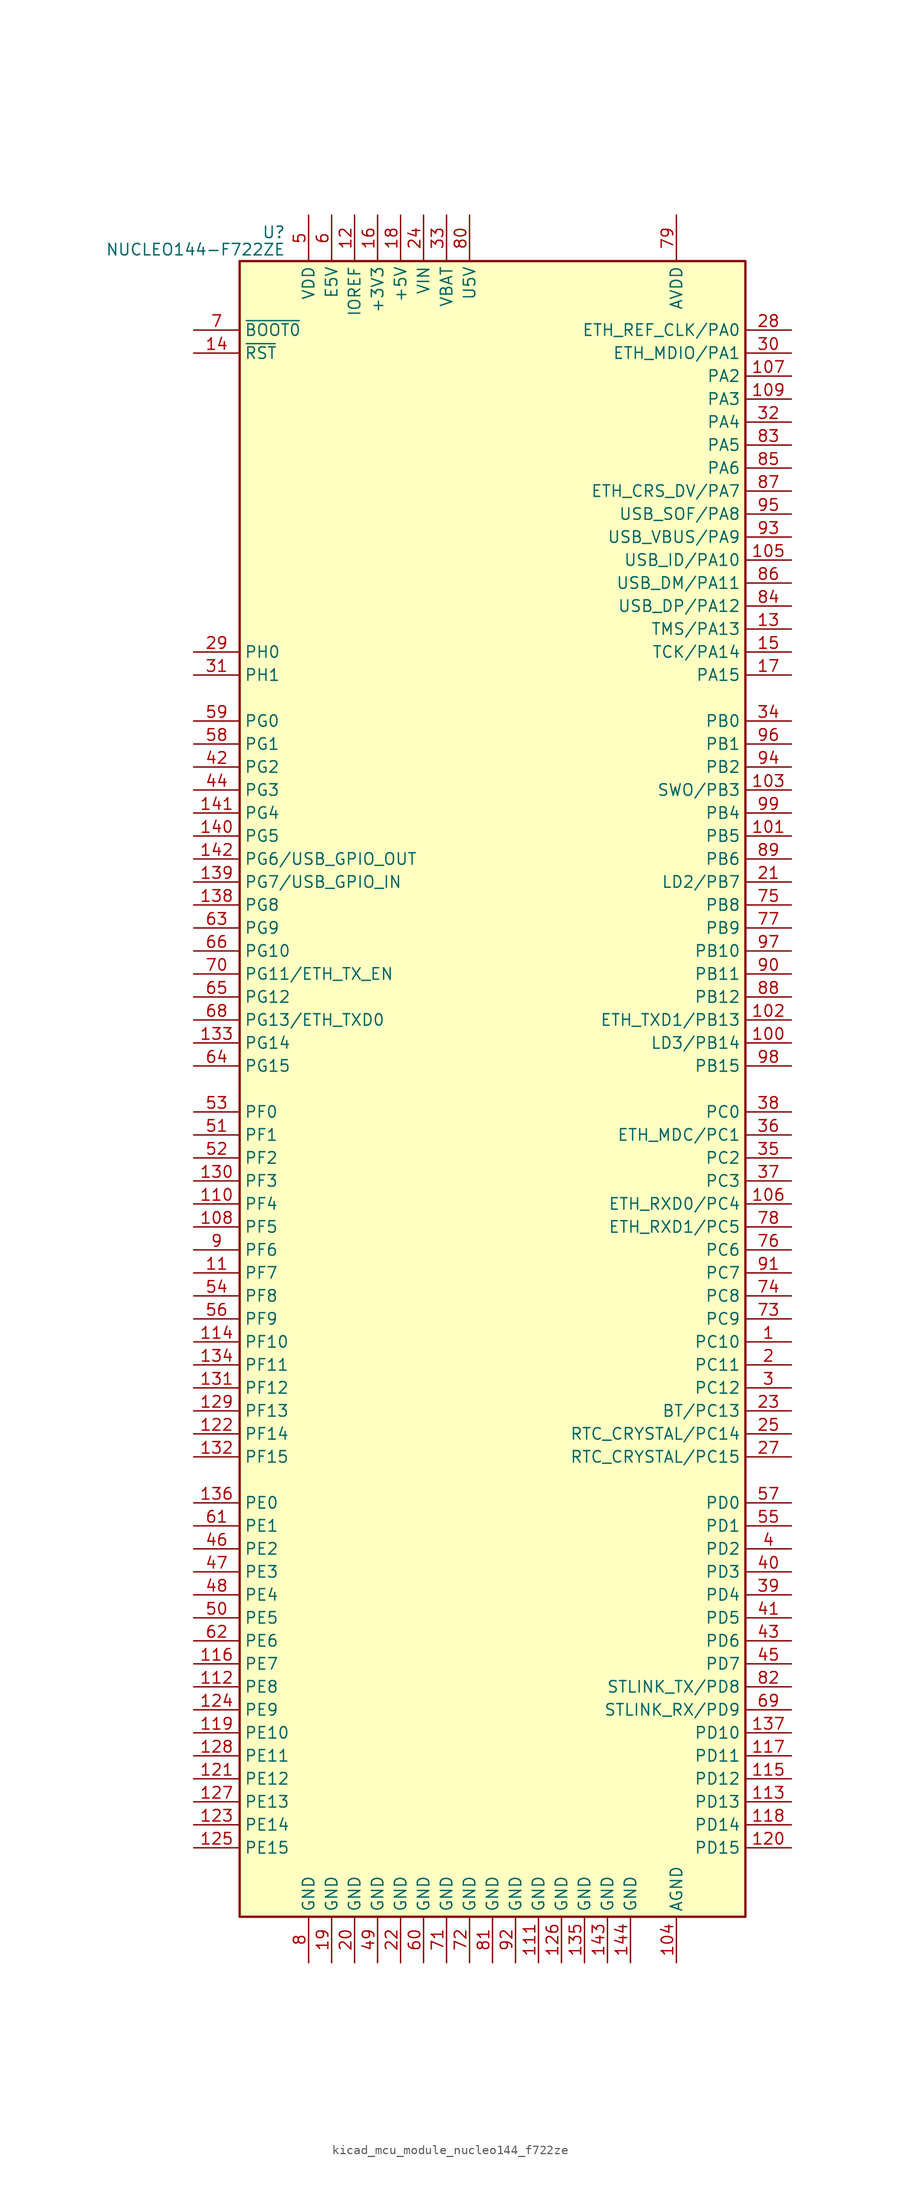
<source format=kicad_sym>
(kicad_symbol_lib
  (version 20220914)
  (generator kicad_symbol_editor)
  (symbol "kicad_mcu_module_nucleo144_f722ze"
    (property "Reference" "U"
      (at -22.86 94.615 0)
      (effects (font (size 1.27 1.27)) (justify right)))
    (property "Value" "NUCLEO144-F722ZE"
      (at -22.86 92.71 0)
      (effects (font (size 1.27 1.27)) (justify right)))
    (symbol "kicad_mcu_module_nucleo144_f722ze_0_1"
      (rectangle (start -27.94 -91.44) (end 27.94 91.44) (stroke (width 0.254) (type default)) (fill (type background))))
    (symbol "kicad_mcu_module_nucleo144_f722ze_1_1"
      (pin bidirectional line (at 33.02 -27.94 180) (length 5.08) (name "PC10" (effects (font (size 1.27 1.27)))) (number "1" (effects (font (size 1.27 1.27)))))
      (pin no_connect line (at -27.94 55.88 0) (length 5.08) hide (name "NC" (effects (font (size 1.27 1.27)))) (number "10" (effects (font (size 1.27 1.27)))))
      (pin bidirectional line (at 33.02 5.08 180) (length 5.08) (name "LD3/PB14" (effects (font (size 1.27 1.27)))) (number "100" (effects (font (size 1.27 1.27)))))
      (pin bidirectional line (at 33.02 27.94 180) (length 5.08) (name "PB5" (effects (font (size 1.27 1.27)))) (number "101" (effects (font (size 1.27 1.27)))))
      (pin bidirectional line (at 33.02 7.62 180) (length 5.08) (name "ETH_TXD1/PB13" (effects (font (size 1.27 1.27)))) (number "102" (effects (font (size 1.27 1.27)))))
      (pin bidirectional line (at 33.02 33.02 180) (length 5.08) (name "SWO/PB3" (effects (font (size 1.27 1.27)))) (number "103" (effects (font (size 1.27 1.27)))))
      (pin power_in line (at 20.32 -96.52 90) (length 5.08) (name "AGND" (effects (font (size 1.27 1.27)))) (number "104" (effects (font (size 1.27 1.27)))))
      (pin bidirectional line (at 33.02 58.42 180) (length 5.08) (name "USB_ID/PA10" (effects (font (size 1.27 1.27)))) (number "105" (effects (font (size 1.27 1.27)))))
      (pin bidirectional line (at 33.02 -12.7 180) (length 5.08) (name "ETH_RXD0/PC4" (effects (font (size 1.27 1.27)))) (number "106" (effects (font (size 1.27 1.27)))))
      (pin bidirectional line (at 33.02 78.74 180) (length 5.08) (name "PA2" (effects (font (size 1.27 1.27)))) (number "107" (effects (font (size 1.27 1.27)))))
      (pin bidirectional line (at -33.02 -15.24 0) (length 5.08) (name "PF5" (effects (font (size 1.27 1.27)))) (number "108" (effects (font (size 1.27 1.27)))))
      (pin bidirectional line (at 33.02 76.2 180) (length 5.08) (name "PA3" (effects (font (size 1.27 1.27)))) (number "109" (effects (font (size 1.27 1.27)))))
      (pin bidirectional line (at -33.02 -20.32 0) (length 5.08) (name "PF7" (effects (font (size 1.27 1.27)))) (number "11" (effects (font (size 1.27 1.27)))))
      (pin bidirectional line (at -33.02 -12.7 0) (length 5.08) (name "PF4" (effects (font (size 1.27 1.27)))) (number "110" (effects (font (size 1.27 1.27)))))
      (pin power_in line (at 5.08 -96.52 90) (length 5.08) (name "GND" (effects (font (size 1.27 1.27)))) (number "111" (effects (font (size 1.27 1.27)))))
      (pin bidirectional line (at -33.02 -66.04 0) (length 5.08) (name "PE8" (effects (font (size 1.27 1.27)))) (number "112" (effects (font (size 1.27 1.27)))))
      (pin bidirectional line (at 33.02 -78.74 180) (length 5.08) (name "PD13" (effects (font (size 1.27 1.27)))) (number "113" (effects (font (size 1.27 1.27)))))
      (pin bidirectional line (at -33.02 -27.94 0) (length 5.08) (name "PF10" (effects (font (size 1.27 1.27)))) (number "114" (effects (font (size 1.27 1.27)))))
      (pin bidirectional line (at 33.02 -76.2 180) (length 5.08) (name "PD12" (effects (font (size 1.27 1.27)))) (number "115" (effects (font (size 1.27 1.27)))))
      (pin bidirectional line (at -33.02 -63.5 0) (length 5.08) (name "PE7" (effects (font (size 1.27 1.27)))) (number "116" (effects (font (size 1.27 1.27)))))
      (pin bidirectional line (at 33.02 -73.66 180) (length 5.08) (name "PD11" (effects (font (size 1.27 1.27)))) (number "117" (effects (font (size 1.27 1.27)))))
      (pin bidirectional line (at 33.02 -81.28 180) (length 5.08) (name "PD14" (effects (font (size 1.27 1.27)))) (number "118" (effects (font (size 1.27 1.27)))))
      (pin bidirectional line (at -33.02 -71.12 0) (length 5.08) (name "PE10" (effects (font (size 1.27 1.27)))) (number "119" (effects (font (size 1.27 1.27)))))
      (pin power_in line (at -15.24 96.52 270) (length 5.08) (name "IOREF" (effects (font (size 1.27 1.27)))) (number "12" (effects (font (size 1.27 1.27)))))
      (pin bidirectional line (at 33.02 -83.82 180) (length 5.08) (name "PD15" (effects (font (size 1.27 1.27)))) (number "120" (effects (font (size 1.27 1.27)))))
      (pin bidirectional line (at -33.02 -76.2 0) (length 5.08) (name "PE12" (effects (font (size 1.27 1.27)))) (number "121" (effects (font (size 1.27 1.27)))))
      (pin bidirectional line (at -33.02 -38.1 0) (length 5.08) (name "PF14" (effects (font (size 1.27 1.27)))) (number "122" (effects (font (size 1.27 1.27)))))
      (pin bidirectional line (at -33.02 -81.28 0) (length 5.08) (name "PE14" (effects (font (size 1.27 1.27)))) (number "123" (effects (font (size 1.27 1.27)))))
      (pin bidirectional line (at -33.02 -68.58 0) (length 5.08) (name "PE9" (effects (font (size 1.27 1.27)))) (number "124" (effects (font (size 1.27 1.27)))))
      (pin bidirectional line (at -33.02 -83.82 0) (length 5.08) (name "PE15" (effects (font (size 1.27 1.27)))) (number "125" (effects (font (size 1.27 1.27)))))
      (pin power_in line (at 7.62 -96.52 90) (length 5.08) (name "GND" (effects (font (size 1.27 1.27)))) (number "126" (effects (font (size 1.27 1.27)))))
      (pin bidirectional line (at -33.02 -78.74 0) (length 5.08) (name "PE13" (effects (font (size 1.27 1.27)))) (number "127" (effects (font (size 1.27 1.27)))))
      (pin bidirectional line (at -33.02 -73.66 0) (length 5.08) (name "PE11" (effects (font (size 1.27 1.27)))) (number "128" (effects (font (size 1.27 1.27)))))
      (pin bidirectional line (at -33.02 -35.56 0) (length 5.08) (name "PF13" (effects (font (size 1.27 1.27)))) (number "129" (effects (font (size 1.27 1.27)))))
      (pin bidirectional line (at 33.02 50.8 180) (length 5.08) (name "TMS/PA13" (effects (font (size 1.27 1.27)))) (number "13" (effects (font (size 1.27 1.27)))))
      (pin bidirectional line (at -33.02 -10.16 0) (length 5.08) (name "PF3" (effects (font (size 1.27 1.27)))) (number "130" (effects (font (size 1.27 1.27)))))
      (pin bidirectional line (at -33.02 -33.02 0) (length 5.08) (name "PF12" (effects (font (size 1.27 1.27)))) (number "131" (effects (font (size 1.27 1.27)))))
      (pin bidirectional line (at -33.02 -40.64 0) (length 5.08) (name "PF15" (effects (font (size 1.27 1.27)))) (number "132" (effects (font (size 1.27 1.27)))))
      (pin bidirectional line (at -33.02 5.08 0) (length 5.08) (name "PG14" (effects (font (size 1.27 1.27)))) (number "133" (effects (font (size 1.27 1.27)))))
      (pin bidirectional line (at -33.02 -30.48 0) (length 5.08) (name "PF11" (effects (font (size 1.27 1.27)))) (number "134" (effects (font (size 1.27 1.27)))))
      (pin power_in line (at 10.16 -96.52 90) (length 5.08) (name "GND" (effects (font (size 1.27 1.27)))) (number "135" (effects (font (size 1.27 1.27)))))
      (pin bidirectional line (at -33.02 -45.72 0) (length 5.08) (name "PE0" (effects (font (size 1.27 1.27)))) (number "136" (effects (font (size 1.27 1.27)))))
      (pin bidirectional line (at 33.02 -71.12 180) (length 5.08) (name "PD10" (effects (font (size 1.27 1.27)))) (number "137" (effects (font (size 1.27 1.27)))))
      (pin bidirectional line (at -33.02 20.32 0) (length 5.08) (name "PG8" (effects (font (size 1.27 1.27)))) (number "138" (effects (font (size 1.27 1.27)))))
      (pin bidirectional line (at -33.02 22.86 0) (length 5.08) (name "PG7/USB_GPIO_IN" (effects (font (size 1.27 1.27)))) (number "139" (effects (font (size 1.27 1.27)))))
      (pin input line (at -33.02 81.28 0) (length 5.08) (name "~{RST}" (effects (font (size 1.27 1.27)))) (number "14" (effects (font (size 1.27 1.27)))))
      (pin bidirectional line (at -33.02 27.94 0) (length 5.08) (name "PG5" (effects (font (size 1.27 1.27)))) (number "140" (effects (font (size 1.27 1.27)))))
      (pin bidirectional line (at -33.02 30.48 0) (length 5.08) (name "PG4" (effects (font (size 1.27 1.27)))) (number "141" (effects (font (size 1.27 1.27)))))
      (pin bidirectional line (at -33.02 25.4 0) (length 5.08) (name "PG6/USB_GPIO_OUT" (effects (font (size 1.27 1.27)))) (number "142" (effects (font (size 1.27 1.27)))))
      (pin power_in line (at 12.7 -96.52 90) (length 5.08) (name "GND" (effects (font (size 1.27 1.27)))) (number "143" (effects (font (size 1.27 1.27)))))
      (pin power_in line (at 15.24 -96.52 90) (length 5.08) (name "GND" (effects (font (size 1.27 1.27)))) (number "144" (effects (font (size 1.27 1.27)))))
      (pin bidirectional line (at 33.02 48.26 180) (length 5.08) (name "TCK/PA14" (effects (font (size 1.27 1.27)))) (number "15" (effects (font (size 1.27 1.27)))))
      (pin power_in line (at -12.7 96.52 270) (length 5.08) (name "+3V3" (effects (font (size 1.27 1.27)))) (number "16" (effects (font (size 1.27 1.27)))))
      (pin bidirectional line (at 33.02 45.72 180) (length 5.08) (name "PA15" (effects (font (size 1.27 1.27)))) (number "17" (effects (font (size 1.27 1.27)))))
      (pin power_in line (at -10.16 96.52 270) (length 5.08) (name "+5V" (effects (font (size 1.27 1.27)))) (number "18" (effects (font (size 1.27 1.27)))))
      (pin power_in line (at -17.78 -96.52 90) (length 5.08) (name "GND" (effects (font (size 1.27 1.27)))) (number "19" (effects (font (size 1.27 1.27)))))
      (pin bidirectional line (at 33.02 -30.48 180) (length 5.08) (name "PC11" (effects (font (size 1.27 1.27)))) (number "2" (effects (font (size 1.27 1.27)))))
      (pin power_in line (at -15.24 -96.52 90) (length 5.08) (name "GND" (effects (font (size 1.27 1.27)))) (number "20" (effects (font (size 1.27 1.27)))))
      (pin bidirectional line (at 33.02 22.86 180) (length 5.08) (name "LD2/PB7" (effects (font (size 1.27 1.27)))) (number "21" (effects (font (size 1.27 1.27)))))
      (pin power_in line (at -10.16 -96.52 90) (length 5.08) (name "GND" (effects (font (size 1.27 1.27)))) (number "22" (effects (font (size 1.27 1.27)))))
      (pin bidirectional line (at 33.02 -35.56 180) (length 5.08) (name "BT/PC13" (effects (font (size 1.27 1.27)))) (number "23" (effects (font (size 1.27 1.27)))))
      (pin power_in line (at -7.62 96.52 270) (length 5.08) (name "VIN" (effects (font (size 1.27 1.27)))) (number "24" (effects (font (size 1.27 1.27)))))
      (pin bidirectional line (at 33.02 -38.1 180) (length 5.08) (name "RTC_CRYSTAL/PC14" (effects (font (size 1.27 1.27)))) (number "25" (effects (font (size 1.27 1.27)))))
      (pin no_connect line (at -27.94 58.42 0) (length 5.08) hide (name "NC" (effects (font (size 1.27 1.27)))) (number "26" (effects (font (size 1.27 1.27)))))
      (pin bidirectional line (at 33.02 -40.64 180) (length 5.08) (name "RTC_CRYSTAL/PC15" (effects (font (size 1.27 1.27)))) (number "27" (effects (font (size 1.27 1.27)))))
      (pin bidirectional line (at 33.02 83.82 180) (length 5.08) (name "ETH_REF_CLK/PA0" (effects (font (size 1.27 1.27)))) (number "28" (effects (font (size 1.27 1.27)))))
      (pin bidirectional line (at -33.02 48.26 0) (length 5.08) (name "PH0" (effects (font (size 1.27 1.27)))) (number "29" (effects (font (size 1.27 1.27)))))
      (pin bidirectional line (at 33.02 -33.02 180) (length 5.08) (name "PC12" (effects (font (size 1.27 1.27)))) (number "3" (effects (font (size 1.27 1.27)))))
      (pin bidirectional line (at 33.02 81.28 180) (length 5.08) (name "ETH_MDIO/PA1" (effects (font (size 1.27 1.27)))) (number "30" (effects (font (size 1.27 1.27)))))
      (pin bidirectional line (at -33.02 45.72 0) (length 5.08) (name "PH1" (effects (font (size 1.27 1.27)))) (number "31" (effects (font (size 1.27 1.27)))))
      (pin bidirectional line (at 33.02 73.66 180) (length 5.08) (name "PA4" (effects (font (size 1.27 1.27)))) (number "32" (effects (font (size 1.27 1.27)))))
      (pin power_in line (at -5.08 96.52 270) (length 5.08) (name "VBAT" (effects (font (size 1.27 1.27)))) (number "33" (effects (font (size 1.27 1.27)))))
      (pin bidirectional line (at 33.02 40.64 180) (length 5.08) (name "PB0" (effects (font (size 1.27 1.27)))) (number "34" (effects (font (size 1.27 1.27)))))
      (pin bidirectional line (at 33.02 -7.62 180) (length 5.08) (name "PC2" (effects (font (size 1.27 1.27)))) (number "35" (effects (font (size 1.27 1.27)))))
      (pin bidirectional line (at 33.02 -5.08 180) (length 5.08) (name "ETH_MDC/PC1" (effects (font (size 1.27 1.27)))) (number "36" (effects (font (size 1.27 1.27)))))
      (pin bidirectional line (at 33.02 -10.16 180) (length 5.08) (name "PC3" (effects (font (size 1.27 1.27)))) (number "37" (effects (font (size 1.27 1.27)))))
      (pin bidirectional line (at 33.02 -2.54 180) (length 5.08) (name "PC0" (effects (font (size 1.27 1.27)))) (number "38" (effects (font (size 1.27 1.27)))))
      (pin bidirectional line (at 33.02 -55.88 180) (length 5.08) (name "PD4" (effects (font (size 1.27 1.27)))) (number "39" (effects (font (size 1.27 1.27)))))
      (pin bidirectional line (at 33.02 -50.8 180) (length 5.08) (name "PD2" (effects (font (size 1.27 1.27)))) (number "4" (effects (font (size 1.27 1.27)))))
      (pin bidirectional line (at 33.02 -53.34 180) (length 5.08) (name "PD3" (effects (font (size 1.27 1.27)))) (number "40" (effects (font (size 1.27 1.27)))))
      (pin bidirectional line (at 33.02 -58.42 180) (length 5.08) (name "PD5" (effects (font (size 1.27 1.27)))) (number "41" (effects (font (size 1.27 1.27)))))
      (pin bidirectional line (at -33.02 35.56 0) (length 5.08) (name "PG2" (effects (font (size 1.27 1.27)))) (number "42" (effects (font (size 1.27 1.27)))))
      (pin bidirectional line (at 33.02 -60.96 180) (length 5.08) (name "PD6" (effects (font (size 1.27 1.27)))) (number "43" (effects (font (size 1.27 1.27)))))
      (pin bidirectional line (at -33.02 33.02 0) (length 5.08) (name "PG3" (effects (font (size 1.27 1.27)))) (number "44" (effects (font (size 1.27 1.27)))))
      (pin bidirectional line (at 33.02 -63.5 180) (length 5.08) (name "PD7" (effects (font (size 1.27 1.27)))) (number "45" (effects (font (size 1.27 1.27)))))
      (pin bidirectional line (at -33.02 -50.8 0) (length 5.08) (name "PE2" (effects (font (size 1.27 1.27)))) (number "46" (effects (font (size 1.27 1.27)))))
      (pin bidirectional line (at -33.02 -53.34 0) (length 5.08) (name "PE3" (effects (font (size 1.27 1.27)))) (number "47" (effects (font (size 1.27 1.27)))))
      (pin bidirectional line (at -33.02 -55.88 0) (length 5.08) (name "PE4" (effects (font (size 1.27 1.27)))) (number "48" (effects (font (size 1.27 1.27)))))
      (pin power_in line (at -12.7 -96.52 90) (length 5.08) (name "GND" (effects (font (size 1.27 1.27)))) (number "49" (effects (font (size 1.27 1.27)))))
      (pin power_in line (at -20.32 96.52 270) (length 5.08) (name "VDD" (effects (font (size 1.27 1.27)))) (number "5" (effects (font (size 1.27 1.27)))))
      (pin bidirectional line (at -33.02 -58.42 0) (length 5.08) (name "PE5" (effects (font (size 1.27 1.27)))) (number "50" (effects (font (size 1.27 1.27)))))
      (pin bidirectional line (at -33.02 -5.08 0) (length 5.08) (name "PF1" (effects (font (size 1.27 1.27)))) (number "51" (effects (font (size 1.27 1.27)))))
      (pin bidirectional line (at -33.02 -7.62 0) (length 5.08) (name "PF2" (effects (font (size 1.27 1.27)))) (number "52" (effects (font (size 1.27 1.27)))))
      (pin bidirectional line (at -33.02 -2.54 0) (length 5.08) (name "PF0" (effects (font (size 1.27 1.27)))) (number "53" (effects (font (size 1.27 1.27)))))
      (pin bidirectional line (at -33.02 -22.86 0) (length 5.08) (name "PF8" (effects (font (size 1.27 1.27)))) (number "54" (effects (font (size 1.27 1.27)))))
      (pin bidirectional line (at 33.02 -48.26 180) (length 5.08) (name "PD1" (effects (font (size 1.27 1.27)))) (number "55" (effects (font (size 1.27 1.27)))))
      (pin bidirectional line (at -33.02 -25.4 0) (length 5.08) (name "PF9" (effects (font (size 1.27 1.27)))) (number "56" (effects (font (size 1.27 1.27)))))
      (pin bidirectional line (at 33.02 -45.72 180) (length 5.08) (name "PD0" (effects (font (size 1.27 1.27)))) (number "57" (effects (font (size 1.27 1.27)))))
      (pin bidirectional line (at -33.02 38.1 0) (length 5.08) (name "PG1" (effects (font (size 1.27 1.27)))) (number "58" (effects (font (size 1.27 1.27)))))
      (pin bidirectional line (at -33.02 40.64 0) (length 5.08) (name "PG0" (effects (font (size 1.27 1.27)))) (number "59" (effects (font (size 1.27 1.27)))))
      (pin power_in line (at -17.78 96.52 270) (length 5.08) (name "E5V" (effects (font (size 1.27 1.27)))) (number "6" (effects (font (size 1.27 1.27)))))
      (pin power_in line (at -7.62 -96.52 90) (length 5.08) (name "GND" (effects (font (size 1.27 1.27)))) (number "60" (effects (font (size 1.27 1.27)))))
      (pin bidirectional line (at -33.02 -48.26 0) (length 5.08) (name "PE1" (effects (font (size 1.27 1.27)))) (number "61" (effects (font (size 1.27 1.27)))))
      (pin bidirectional line (at -33.02 -60.96 0) (length 5.08) (name "PE6" (effects (font (size 1.27 1.27)))) (number "62" (effects (font (size 1.27 1.27)))))
      (pin bidirectional line (at -33.02 17.78 0) (length 5.08) (name "PG9" (effects (font (size 1.27 1.27)))) (number "63" (effects (font (size 1.27 1.27)))))
      (pin bidirectional line (at -33.02 2.54 0) (length 5.08) (name "PG15" (effects (font (size 1.27 1.27)))) (number "64" (effects (font (size 1.27 1.27)))))
      (pin bidirectional line (at -33.02 10.16 0) (length 5.08) (name "PG12" (effects (font (size 1.27 1.27)))) (number "65" (effects (font (size 1.27 1.27)))))
      (pin bidirectional line (at -33.02 15.24 0) (length 5.08) (name "PG10" (effects (font (size 1.27 1.27)))) (number "66" (effects (font (size 1.27 1.27)))))
      (pin no_connect line (at -27.94 53.34 0) (length 5.08) hide (name "NC" (effects (font (size 1.27 1.27)))) (number "67" (effects (font (size 1.27 1.27)))))
      (pin bidirectional line (at -33.02 7.62 0) (length 5.08) (name "PG13/ETH_TXD0" (effects (font (size 1.27 1.27)))) (number "68" (effects (font (size 1.27 1.27)))))
      (pin bidirectional line (at 33.02 -68.58 180) (length 5.08) (name "STLINK_RX/PD9" (effects (font (size 1.27 1.27)))) (number "69" (effects (font (size 1.27 1.27)))))
      (pin input line (at -33.02 83.82 0) (length 5.08) (name "~{BOOT0}" (effects (font (size 1.27 1.27)))) (number "7" (effects (font (size 1.27 1.27)))))
      (pin bidirectional line (at -33.02 12.7 0) (length 5.08) (name "PG11/ETH_TX_EN" (effects (font (size 1.27 1.27)))) (number "70" (effects (font (size 1.27 1.27)))))
      (pin power_in line (at -5.08 -96.52 90) (length 5.08) (name "GND" (effects (font (size 1.27 1.27)))) (number "71" (effects (font (size 1.27 1.27)))))
      (pin power_in line (at -2.54 -96.52 90) (length 5.08) (name "GND" (effects (font (size 1.27 1.27)))) (number "72" (effects (font (size 1.27 1.27)))))
      (pin bidirectional line (at 33.02 -25.4 180) (length 5.08) (name "PC9" (effects (font (size 1.27 1.27)))) (number "73" (effects (font (size 1.27 1.27)))))
      (pin bidirectional line (at 33.02 -22.86 180) (length 5.08) (name "PC8" (effects (font (size 1.27 1.27)))) (number "74" (effects (font (size 1.27 1.27)))))
      (pin bidirectional line (at 33.02 20.32 180) (length 5.08) (name "PB8" (effects (font (size 1.27 1.27)))) (number "75" (effects (font (size 1.27 1.27)))))
      (pin bidirectional line (at 33.02 -17.78 180) (length 5.08) (name "PC6" (effects (font (size 1.27 1.27)))) (number "76" (effects (font (size 1.27 1.27)))))
      (pin bidirectional line (at 33.02 17.78 180) (length 5.08) (name "PB9" (effects (font (size 1.27 1.27)))) (number "77" (effects (font (size 1.27 1.27)))))
      (pin bidirectional line (at 33.02 -15.24 180) (length 5.08) (name "ETH_RXD1/PC5" (effects (font (size 1.27 1.27)))) (number "78" (effects (font (size 1.27 1.27)))))
      (pin power_in line (at 20.32 96.52 270) (length 5.08) (name "AVDD" (effects (font (size 1.27 1.27)))) (number "79" (effects (font (size 1.27 1.27)))))
      (pin power_in line (at -20.32 -96.52 90) (length 5.08) (name "GND" (effects (font (size 1.27 1.27)))) (number "8" (effects (font (size 1.27 1.27)))))
      (pin power_in line (at -2.54 96.52 270) (length 5.08) (name "U5V" (effects (font (size 1.27 1.27)))) (number "80" (effects (font (size 1.27 1.27)))))
      (pin power_in line (at 0 -96.52 90) (length 5.08) (name "GND" (effects (font (size 1.27 1.27)))) (number "81" (effects (font (size 1.27 1.27)))))
      (pin bidirectional line (at 33.02 -66.04 180) (length 5.08) (name "STLINK_TX/PD8" (effects (font (size 1.27 1.27)))) (number "82" (effects (font (size 1.27 1.27)))))
      (pin bidirectional line (at 33.02 71.12 180) (length 5.08) (name "PA5" (effects (font (size 1.27 1.27)))) (number "83" (effects (font (size 1.27 1.27)))))
      (pin bidirectional line (at 33.02 53.34 180) (length 5.08) (name "USB_DP/PA12" (effects (font (size 1.27 1.27)))) (number "84" (effects (font (size 1.27 1.27)))))
      (pin bidirectional line (at 33.02 68.58 180) (length 5.08) (name "PA6" (effects (font (size 1.27 1.27)))) (number "85" (effects (font (size 1.27 1.27)))))
      (pin bidirectional line (at 33.02 55.88 180) (length 5.08) (name "USB_DM/PA11" (effects (font (size 1.27 1.27)))) (number "86" (effects (font (size 1.27 1.27)))))
      (pin bidirectional line (at 33.02 66.04 180) (length 5.08) (name "ETH_CRS_DV/PA7" (effects (font (size 1.27 1.27)))) (number "87" (effects (font (size 1.27 1.27)))))
      (pin bidirectional line (at 33.02 10.16 180) (length 5.08) (name "PB12" (effects (font (size 1.27 1.27)))) (number "88" (effects (font (size 1.27 1.27)))))
      (pin bidirectional line (at 33.02 25.4 180) (length 5.08) (name "PB6" (effects (font (size 1.27 1.27)))) (number "89" (effects (font (size 1.27 1.27)))))
      (pin bidirectional line (at -33.02 -17.78 0) (length 5.08) (name "PF6" (effects (font (size 1.27 1.27)))) (number "9" (effects (font (size 1.27 1.27)))))
      (pin bidirectional line (at 33.02 12.7 180) (length 5.08) (name "PB11" (effects (font (size 1.27 1.27)))) (number "90" (effects (font (size 1.27 1.27)))))
      (pin bidirectional line (at 33.02 -20.32 180) (length 5.08) (name "PC7" (effects (font (size 1.27 1.27)))) (number "91" (effects (font (size 1.27 1.27)))))
      (pin power_in line (at 2.54 -96.52 90) (length 5.08) (name "GND" (effects (font (size 1.27 1.27)))) (number "92" (effects (font (size 1.27 1.27)))))
      (pin bidirectional line (at 33.02 60.96 180) (length 5.08) (name "USB_VBUS/PA9" (effects (font (size 1.27 1.27)))) (number "93" (effects (font (size 1.27 1.27)))))
      (pin bidirectional line (at 33.02 35.56 180) (length 5.08) (name "PB2" (effects (font (size 1.27 1.27)))) (number "94" (effects (font (size 1.27 1.27)))))
      (pin bidirectional line (at 33.02 63.5 180) (length 5.08) (name "USB_SOF/PA8" (effects (font (size 1.27 1.27)))) (number "95" (effects (font (size 1.27 1.27)))))
      (pin bidirectional line (at 33.02 38.1 180) (length 5.08) (name "PB1" (effects (font (size 1.27 1.27)))) (number "96" (effects (font (size 1.27 1.27)))))
      (pin bidirectional line (at 33.02 15.24 180) (length 5.08) (name "PB10" (effects (font (size 1.27 1.27)))) (number "97" (effects (font (size 1.27 1.27)))))
      (pin bidirectional line (at 33.02 2.54 180) (length 5.08) (name "PB15" (effects (font (size 1.27 1.27)))) (number "98" (effects (font (size 1.27 1.27)))))
      (pin bidirectional line (at 33.02 30.48 180) (length 5.08) (name "PB4" (effects (font (size 1.27 1.27)))) (number "99" (effects (font (size 1.27 1.27))))))))
</source>
